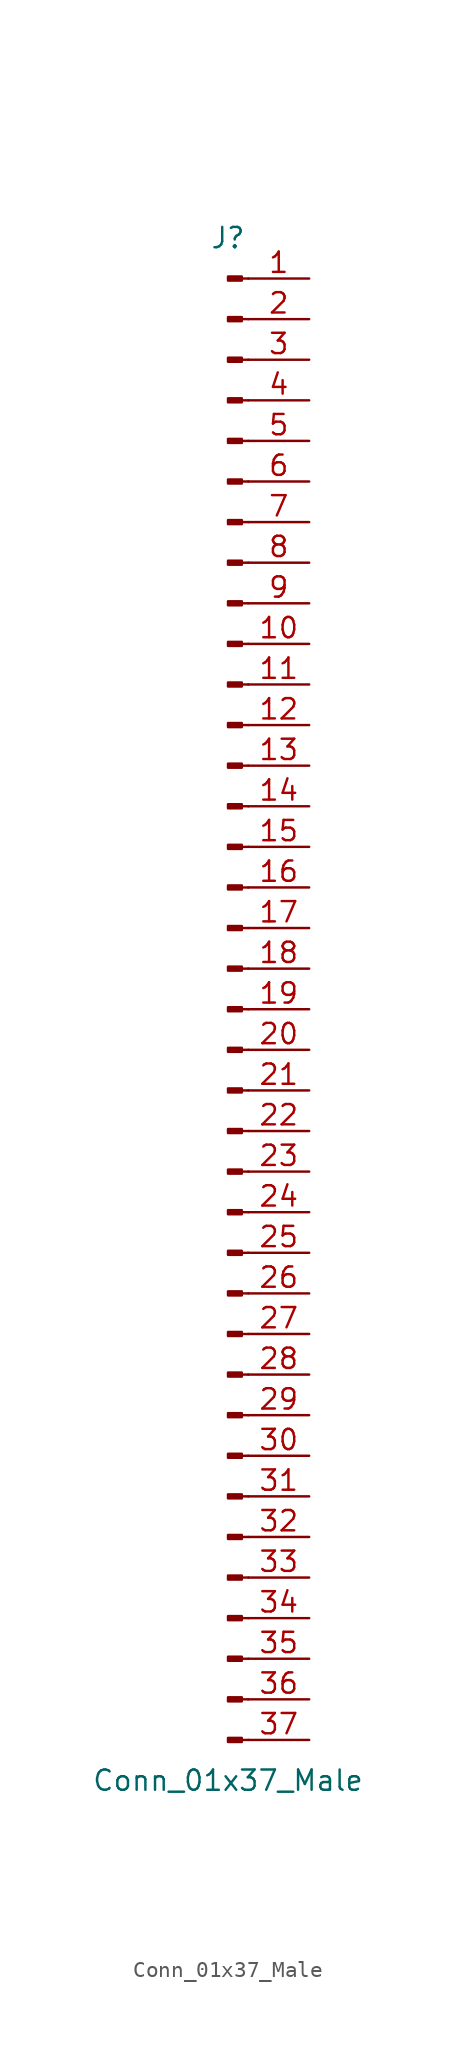
<source format=kicad_sym>
(kicad_symbol_lib
  (version 20220914)
  (generator kicad_symbol_editor)
  (symbol "Conn_01x37_Male"
    (pin_names
      (offset 1.016) hide)
    (property "Reference" "J"
      (at 0 48.26 0)
      (effects (font (size 1.27 1.27))))
    (property "Value" "Conn_01x37_Male"
      (at 0 -48.26 0)
      (effects (font (size 1.27 1.27))))
    (symbol "Conn_01x37_Male_1_1"
      (polyline (pts (xy 1.27 -45.72) (xy 0.864 -45.72)) (stroke (width 0.152) (type solid)) (fill (type none)))
      (polyline (pts (xy 1.27 -43.18) (xy 0.864 -43.18)) (stroke (width 0.152) (type solid)) (fill (type none)))
      (polyline (pts (xy 1.27 -40.64) (xy 0.864 -40.64)) (stroke (width 0.152) (type solid)) (fill (type none)))
      (polyline (pts (xy 1.27 -38.1) (xy 0.864 -38.1)) (stroke (width 0.152) (type solid)) (fill (type none)))
      (polyline (pts (xy 1.27 -35.56) (xy 0.864 -35.56)) (stroke (width 0.152) (type solid)) (fill (type none)))
      (polyline (pts (xy 1.27 -33.02) (xy 0.864 -33.02)) (stroke (width 0.152) (type solid)) (fill (type none)))
      (polyline (pts (xy 1.27 -30.48) (xy 0.864 -30.48)) (stroke (width 0.152) (type solid)) (fill (type none)))
      (polyline (pts (xy 1.27 -27.94) (xy 0.864 -27.94)) (stroke (width 0.152) (type solid)) (fill (type none)))
      (polyline (pts (xy 1.27 -25.4) (xy 0.864 -25.4)) (stroke (width 0.152) (type solid)) (fill (type none)))
      (polyline (pts (xy 1.27 -22.86) (xy 0.864 -22.86)) (stroke (width 0.152) (type solid)) (fill (type none)))
      (polyline (pts (xy 1.27 -20.32) (xy 0.864 -20.32)) (stroke (width 0.152) (type solid)) (fill (type none)))
      (polyline (pts (xy 1.27 -17.78) (xy 0.864 -17.78)) (stroke (width 0.152) (type solid)) (fill (type none)))
      (polyline (pts (xy 1.27 -15.24) (xy 0.864 -15.24)) (stroke (width 0.152) (type solid)) (fill (type none)))
      (polyline (pts (xy 1.27 -12.7) (xy 0.864 -12.7)) (stroke (width 0.152) (type solid)) (fill (type none)))
      (polyline (pts (xy 1.27 -10.16) (xy 0.864 -10.16)) (stroke (width 0.152) (type solid)) (fill (type none)))
      (polyline (pts (xy 1.27 -7.62) (xy 0.864 -7.62)) (stroke (width 0.152) (type solid)) (fill (type none)))
      (polyline (pts (xy 1.27 -5.08) (xy 0.864 -5.08)) (stroke (width 0.152) (type solid)) (fill (type none)))
      (polyline (pts (xy 1.27 -2.54) (xy 0.864 -2.54)) (stroke (width 0.152) (type solid)) (fill (type none)))
      (polyline (pts (xy 1.27 0) (xy 0.864 0)) (stroke (width 0.152) (type solid)) (fill (type none)))
      (polyline (pts (xy 1.27 2.54) (xy 0.864 2.54)) (stroke (width 0.152) (type solid)) (fill (type none)))
      (polyline (pts (xy 1.27 5.08) (xy 0.864 5.08)) (stroke (width 0.152) (type solid)) (fill (type none)))
      (polyline (pts (xy 1.27 7.62) (xy 0.864 7.62)) (stroke (width 0.152) (type solid)) (fill (type none)))
      (polyline (pts (xy 1.27 10.16) (xy 0.864 10.16)) (stroke (width 0.152) (type solid)) (fill (type none)))
      (polyline (pts (xy 1.27 12.7) (xy 0.864 12.7)) (stroke (width 0.152) (type solid)) (fill (type none)))
      (polyline (pts (xy 1.27 15.24) (xy 0.864 15.24)) (stroke (width 0.152) (type solid)) (fill (type none)))
      (polyline (pts (xy 1.27 17.78) (xy 0.864 17.78)) (stroke (width 0.152) (type solid)) (fill (type none)))
      (polyline (pts (xy 1.27 20.32) (xy 0.864 20.32)) (stroke (width 0.152) (type solid)) (fill (type none)))
      (polyline (pts (xy 1.27 22.86) (xy 0.864 22.86)) (stroke (width 0.152) (type solid)) (fill (type none)))
      (polyline (pts (xy 1.27 25.4) (xy 0.864 25.4)) (stroke (width 0.152) (type solid)) (fill (type none)))
      (polyline (pts (xy 1.27 27.94) (xy 0.864 27.94)) (stroke (width 0.152) (type solid)) (fill (type none)))
      (polyline (pts (xy 1.27 30.48) (xy 0.864 30.48)) (stroke (width 0.152) (type solid)) (fill (type none)))
      (polyline (pts (xy 1.27 33.02) (xy 0.864 33.02)) (stroke (width 0.152) (type solid)) (fill (type none)))
      (polyline (pts (xy 1.27 35.56) (xy 0.864 35.56)) (stroke (width 0.152) (type solid)) (fill (type none)))
      (polyline (pts (xy 1.27 38.1) (xy 0.864 38.1)) (stroke (width 0.152) (type solid)) (fill (type none)))
      (polyline (pts (xy 1.27 40.64) (xy 0.864 40.64)) (stroke (width 0.152) (type solid)) (fill (type none)))
      (polyline (pts (xy 1.27 43.18) (xy 0.864 43.18)) (stroke (width 0.152) (type solid)) (fill (type none)))
      (polyline (pts (xy 1.27 45.72) (xy 0.864 45.72)) (stroke (width 0.152) (type solid)) (fill (type none)))
      (rectangle (start 0.864 -45.593) (end 0 -45.847) (stroke (width 0.152) (type solid)) (fill (type outline)))
      (rectangle (start 0.864 -43.053) (end 0 -43.307) (stroke (width 0.152) (type solid)) (fill (type outline)))
      (rectangle (start 0.864 -40.513) (end 0 -40.767) (stroke (width 0.152) (type solid)) (fill (type outline)))
      (rectangle (start 0.864 -37.973) (end 0 -38.227) (stroke (width 0.152) (type solid)) (fill (type outline)))
      (rectangle (start 0.864 -35.433) (end 0 -35.687) (stroke (width 0.152) (type solid)) (fill (type outline)))
      (rectangle (start 0.864 -32.893) (end 0 -33.147) (stroke (width 0.152) (type solid)) (fill (type outline)))
      (rectangle (start 0.864 -30.353) (end 0 -30.607) (stroke (width 0.152) (type solid)) (fill (type outline)))
      (rectangle (start 0.864 -27.813) (end 0 -28.067) (stroke (width 0.152) (type solid)) (fill (type outline)))
      (rectangle (start 0.864 -25.273) (end 0 -25.527) (stroke (width 0.152) (type solid)) (fill (type outline)))
      (rectangle (start 0.864 -22.733) (end 0 -22.987) (stroke (width 0.152) (type solid)) (fill (type outline)))
      (rectangle (start 0.864 -20.193) (end 0 -20.447) (stroke (width 0.152) (type solid)) (fill (type outline)))
      (rectangle (start 0.864 -17.653) (end 0 -17.907) (stroke (width 0.152) (type solid)) (fill (type outline)))
      (rectangle (start 0.864 -15.113) (end 0 -15.367) (stroke (width 0.152) (type solid)) (fill (type outline)))
      (rectangle (start 0.864 -12.573) (end 0 -12.827) (stroke (width 0.152) (type solid)) (fill (type outline)))
      (rectangle (start 0.864 -10.033) (end 0 -10.287) (stroke (width 0.152) (type solid)) (fill (type outline)))
      (rectangle (start 0.864 -7.493) (end 0 -7.747) (stroke (width 0.152) (type solid)) (fill (type outline)))
      (rectangle (start 0.864 -4.953) (end 0 -5.207) (stroke (width 0.152) (type solid)) (fill (type outline)))
      (rectangle (start 0.864 -2.413) (end 0 -2.667) (stroke (width 0.152) (type solid)) (fill (type outline)))
      (rectangle (start 0.864 0.127) (end 0 -0.127) (stroke (width 0.152) (type solid)) (fill (type outline)))
      (rectangle (start 0.864 2.667) (end 0 2.413) (stroke (width 0.152) (type solid)) (fill (type outline)))
      (rectangle (start 0.864 5.207) (end 0 4.953) (stroke (width 0.152) (type solid)) (fill (type outline)))
      (rectangle (start 0.864 7.747) (end 0 7.493) (stroke (width 0.152) (type solid)) (fill (type outline)))
      (rectangle (start 0.864 10.287) (end 0 10.033) (stroke (width 0.152) (type solid)) (fill (type outline)))
      (rectangle (start 0.864 12.827) (end 0 12.573) (stroke (width 0.152) (type solid)) (fill (type outline)))
      (rectangle (start 0.864 15.367) (end 0 15.113) (stroke (width 0.152) (type solid)) (fill (type outline)))
      (rectangle (start 0.864 17.907) (end 0 17.653) (stroke (width 0.152) (type solid)) (fill (type outline)))
      (rectangle (start 0.864 20.447) (end 0 20.193) (stroke (width 0.152) (type solid)) (fill (type outline)))
      (rectangle (start 0.864 22.987) (end 0 22.733) (stroke (width 0.152) (type solid)) (fill (type outline)))
      (rectangle (start 0.864 25.527) (end 0 25.273) (stroke (width 0.152) (type solid)) (fill (type outline)))
      (rectangle (start 0.864 28.067) (end 0 27.813) (stroke (width 0.152) (type solid)) (fill (type outline)))
      (rectangle (start 0.864 30.607) (end 0 30.353) (stroke (width 0.152) (type solid)) (fill (type outline)))
      (rectangle (start 0.864 33.147) (end 0 32.893) (stroke (width 0.152) (type solid)) (fill (type outline)))
      (rectangle (start 0.864 35.687) (end 0 35.433) (stroke (width 0.152) (type solid)) (fill (type outline)))
      (rectangle (start 0.864 38.227) (end 0 37.973) (stroke (width 0.152) (type solid)) (fill (type outline)))
      (rectangle (start 0.864 40.767) (end 0 40.513) (stroke (width 0.152) (type solid)) (fill (type outline)))
      (rectangle (start 0.864 43.307) (end 0 43.053) (stroke (width 0.152) (type solid)) (fill (type outline)))
      (rectangle (start 0.864 45.847) (end 0 45.593) (stroke (width 0.152) (type solid)) (fill (type outline)))
      (pin passive line (at 5.08 45.72 180) (length 3.81) (name "Pin_1" (effects (font (size 1.27 1.27)))) (number "1" (effects (font (size 1.27 1.27)))))
      (pin passive line (at 5.08 22.86 180) (length 3.81) (name "Pin_10" (effects (font (size 1.27 1.27)))) (number "10" (effects (font (size 1.27 1.27)))))
      (pin passive line (at 5.08 20.32 180) (length 3.81) (name "Pin_11" (effects (font (size 1.27 1.27)))) (number "11" (effects (font (size 1.27 1.27)))))
      (pin passive line (at 5.08 17.78 180) (length 3.81) (name "Pin_12" (effects (font (size 1.27 1.27)))) (number "12" (effects (font (size 1.27 1.27)))))
      (pin passive line (at 5.08 15.24 180) (length 3.81) (name "Pin_13" (effects (font (size 1.27 1.27)))) (number "13" (effects (font (size 1.27 1.27)))))
      (pin passive line (at 5.08 12.7 180) (length 3.81) (name "Pin_14" (effects (font (size 1.27 1.27)))) (number "14" (effects (font (size 1.27 1.27)))))
      (pin passive line (at 5.08 10.16 180) (length 3.81) (name "Pin_15" (effects (font (size 1.27 1.27)))) (number "15" (effects (font (size 1.27 1.27)))))
      (pin passive line (at 5.08 7.62 180) (length 3.81) (name "Pin_16" (effects (font (size 1.27 1.27)))) (number "16" (effects (font (size 1.27 1.27)))))
      (pin passive line (at 5.08 5.08 180) (length 3.81) (name "Pin_17" (effects (font (size 1.27 1.27)))) (number "17" (effects (font (size 1.27 1.27)))))
      (pin passive line (at 5.08 2.54 180) (length 3.81) (name "Pin_18" (effects (font (size 1.27 1.27)))) (number "18" (effects (font (size 1.27 1.27)))))
      (pin passive line (at 5.08 0 180) (length 3.81) (name "Pin_19" (effects (font (size 1.27 1.27)))) (number "19" (effects (font (size 1.27 1.27)))))
      (pin passive line (at 5.08 43.18 180) (length 3.81) (name "Pin_2" (effects (font (size 1.27 1.27)))) (number "2" (effects (font (size 1.27 1.27)))))
      (pin passive line (at 5.08 -2.54 180) (length 3.81) (name "Pin_20" (effects (font (size 1.27 1.27)))) (number "20" (effects (font (size 1.27 1.27)))))
      (pin passive line (at 5.08 -5.08 180) (length 3.81) (name "Pin_21" (effects (font (size 1.27 1.27)))) (number "21" (effects (font (size 1.27 1.27)))))
      (pin passive line (at 5.08 -7.62 180) (length 3.81) (name "Pin_22" (effects (font (size 1.27 1.27)))) (number "22" (effects (font (size 1.27 1.27)))))
      (pin passive line (at 5.08 -10.16 180) (length 3.81) (name "Pin_23" (effects (font (size 1.27 1.27)))) (number "23" (effects (font (size 1.27 1.27)))))
      (pin passive line (at 5.08 -12.7 180) (length 3.81) (name "Pin_24" (effects (font (size 1.27 1.27)))) (number "24" (effects (font (size 1.27 1.27)))))
      (pin passive line (at 5.08 -15.24 180) (length 3.81) (name "Pin_25" (effects (font (size 1.27 1.27)))) (number "25" (effects (font (size 1.27 1.27)))))
      (pin passive line (at 5.08 -17.78 180) (length 3.81) (name "Pin_26" (effects (font (size 1.27 1.27)))) (number "26" (effects (font (size 1.27 1.27)))))
      (pin passive line (at 5.08 -20.32 180) (length 3.81) (name "Pin_27" (effects (font (size 1.27 1.27)))) (number "27" (effects (font (size 1.27 1.27)))))
      (pin passive line (at 5.08 -22.86 180) (length 3.81) (name "Pin_28" (effects (font (size 1.27 1.27)))) (number "28" (effects (font (size 1.27 1.27)))))
      (pin passive line (at 5.08 -25.4 180) (length 3.81) (name "Pin_29" (effects (font (size 1.27 1.27)))) (number "29" (effects (font (size 1.27 1.27)))))
      (pin passive line (at 5.08 40.64 180) (length 3.81) (name "Pin_3" (effects (font (size 1.27 1.27)))) (number "3" (effects (font (size 1.27 1.27)))))
      (pin passive line (at 5.08 -27.94 180) (length 3.81) (name "Pin_30" (effects (font (size 1.27 1.27)))) (number "30" (effects (font (size 1.27 1.27)))))
      (pin passive line (at 5.08 -30.48 180) (length 3.81) (name "Pin_31" (effects (font (size 1.27 1.27)))) (number "31" (effects (font (size 1.27 1.27)))))
      (pin passive line (at 5.08 -33.02 180) (length 3.81) (name "Pin_32" (effects (font (size 1.27 1.27)))) (number "32" (effects (font (size 1.27 1.27)))))
      (pin passive line (at 5.08 -35.56 180) (length 3.81) (name "Pin_33" (effects (font (size 1.27 1.27)))) (number "33" (effects (font (size 1.27 1.27)))))
      (pin passive line (at 5.08 -38.1 180) (length 3.81) (name "Pin_34" (effects (font (size 1.27 1.27)))) (number "34" (effects (font (size 1.27 1.27)))))
      (pin passive line (at 5.08 -40.64 180) (length 3.81) (name "Pin_35" (effects (font (size 1.27 1.27)))) (number "35" (effects (font (size 1.27 1.27)))))
      (pin passive line (at 5.08 -43.18 180) (length 3.81) (name "Pin_36" (effects (font (size 1.27 1.27)))) (number "36" (effects (font (size 1.27 1.27)))))
      (pin passive line (at 5.08 -45.72 180) (length 3.81) (name "Pin_37" (effects (font (size 1.27 1.27)))) (number "37" (effects (font (size 1.27 1.27)))))
      (pin passive line (at 5.08 38.1 180) (length 3.81) (name "Pin_4" (effects (font (size 1.27 1.27)))) (number "4" (effects (font (size 1.27 1.27)))))
      (pin passive line (at 5.08 35.56 180) (length 3.81) (name "Pin_5" (effects (font (size 1.27 1.27)))) (number "5" (effects (font (size 1.27 1.27)))))
      (pin passive line (at 5.08 33.02 180) (length 3.81) (name "Pin_6" (effects (font (size 1.27 1.27)))) (number "6" (effects (font (size 1.27 1.27)))))
      (pin passive line (at 5.08 30.48 180) (length 3.81) (name "Pin_7" (effects (font (size 1.27 1.27)))) (number "7" (effects (font (size 1.27 1.27)))))
      (pin passive line (at 5.08 27.94 180) (length 3.81) (name "Pin_8" (effects (font (size 1.27 1.27)))) (number "8" (effects (font (size 1.27 1.27)))))
      (pin passive line (at 5.08 25.4 180) (length 3.81) (name "Pin_9" (effects (font (size 1.27 1.27)))) (number "9" (effects (font (size 1.27 1.27))))))))
</source>
